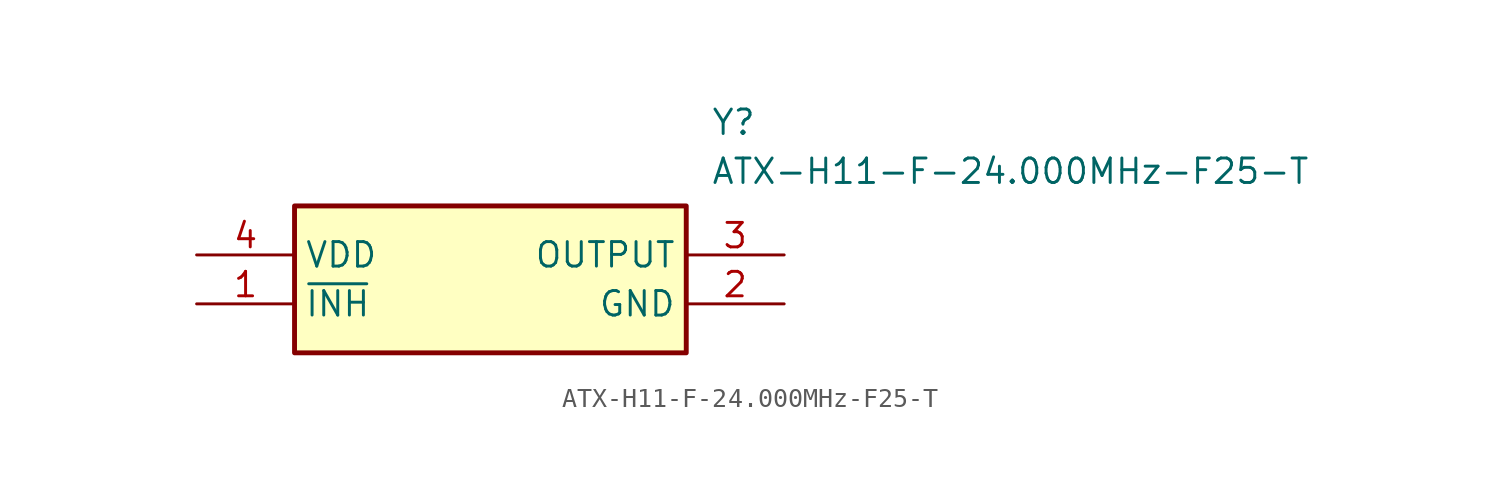
<source format=kicad_sym>
(kicad_symbol_lib
  (version 20211014)
  (generator SamacSys_ECAD_Model)
  (symbol "ATX-H11-F-24.000MHz-F25-T"
    (property "Reference" "Y"
      (at 26.67 7.62 0)
      (effects (font (size 1.27 1.27)) (justify left top)))
    (property "Value" "ATX-H11-F-24.000MHz-F25-T"
      (at 26.67 5.08 0)
      (effects (font (size 1.27 1.27)) (justify left top)))
    (rectangle
      (start 5.08 2.54)
      (end 25.4 -5.08)
      (stroke (width 0.254) (type default))
      (fill (type background)))
    (pin passive line
      (at 0 -2.54 0)
      (length 5.08)
      (name "~{INH}" (effects (font (size 1.27 1.27))))
      (number "1" (effects (font (size 1.27 1.27)))))
    (pin passive line
      (at 30.48 -2.54 180)
      (length 5.08)
      (name "GND" (effects (font (size 1.27 1.27))))
      (number "2" (effects (font (size 1.27 1.27)))))
    (pin passive line
      (at 30.48 0 180)
      (length 5.08)
      (name "OUTPUT" (effects (font (size 1.27 1.27))))
      (number "3" (effects (font (size 1.27 1.27)))))
    (pin passive line
      (at 0 0 0)
      (length 5.08)
      (name "VDD" (effects (font (size 1.27 1.27))))
      (number "4" (effects (font (size 1.27 1.27)))))))
</source>
